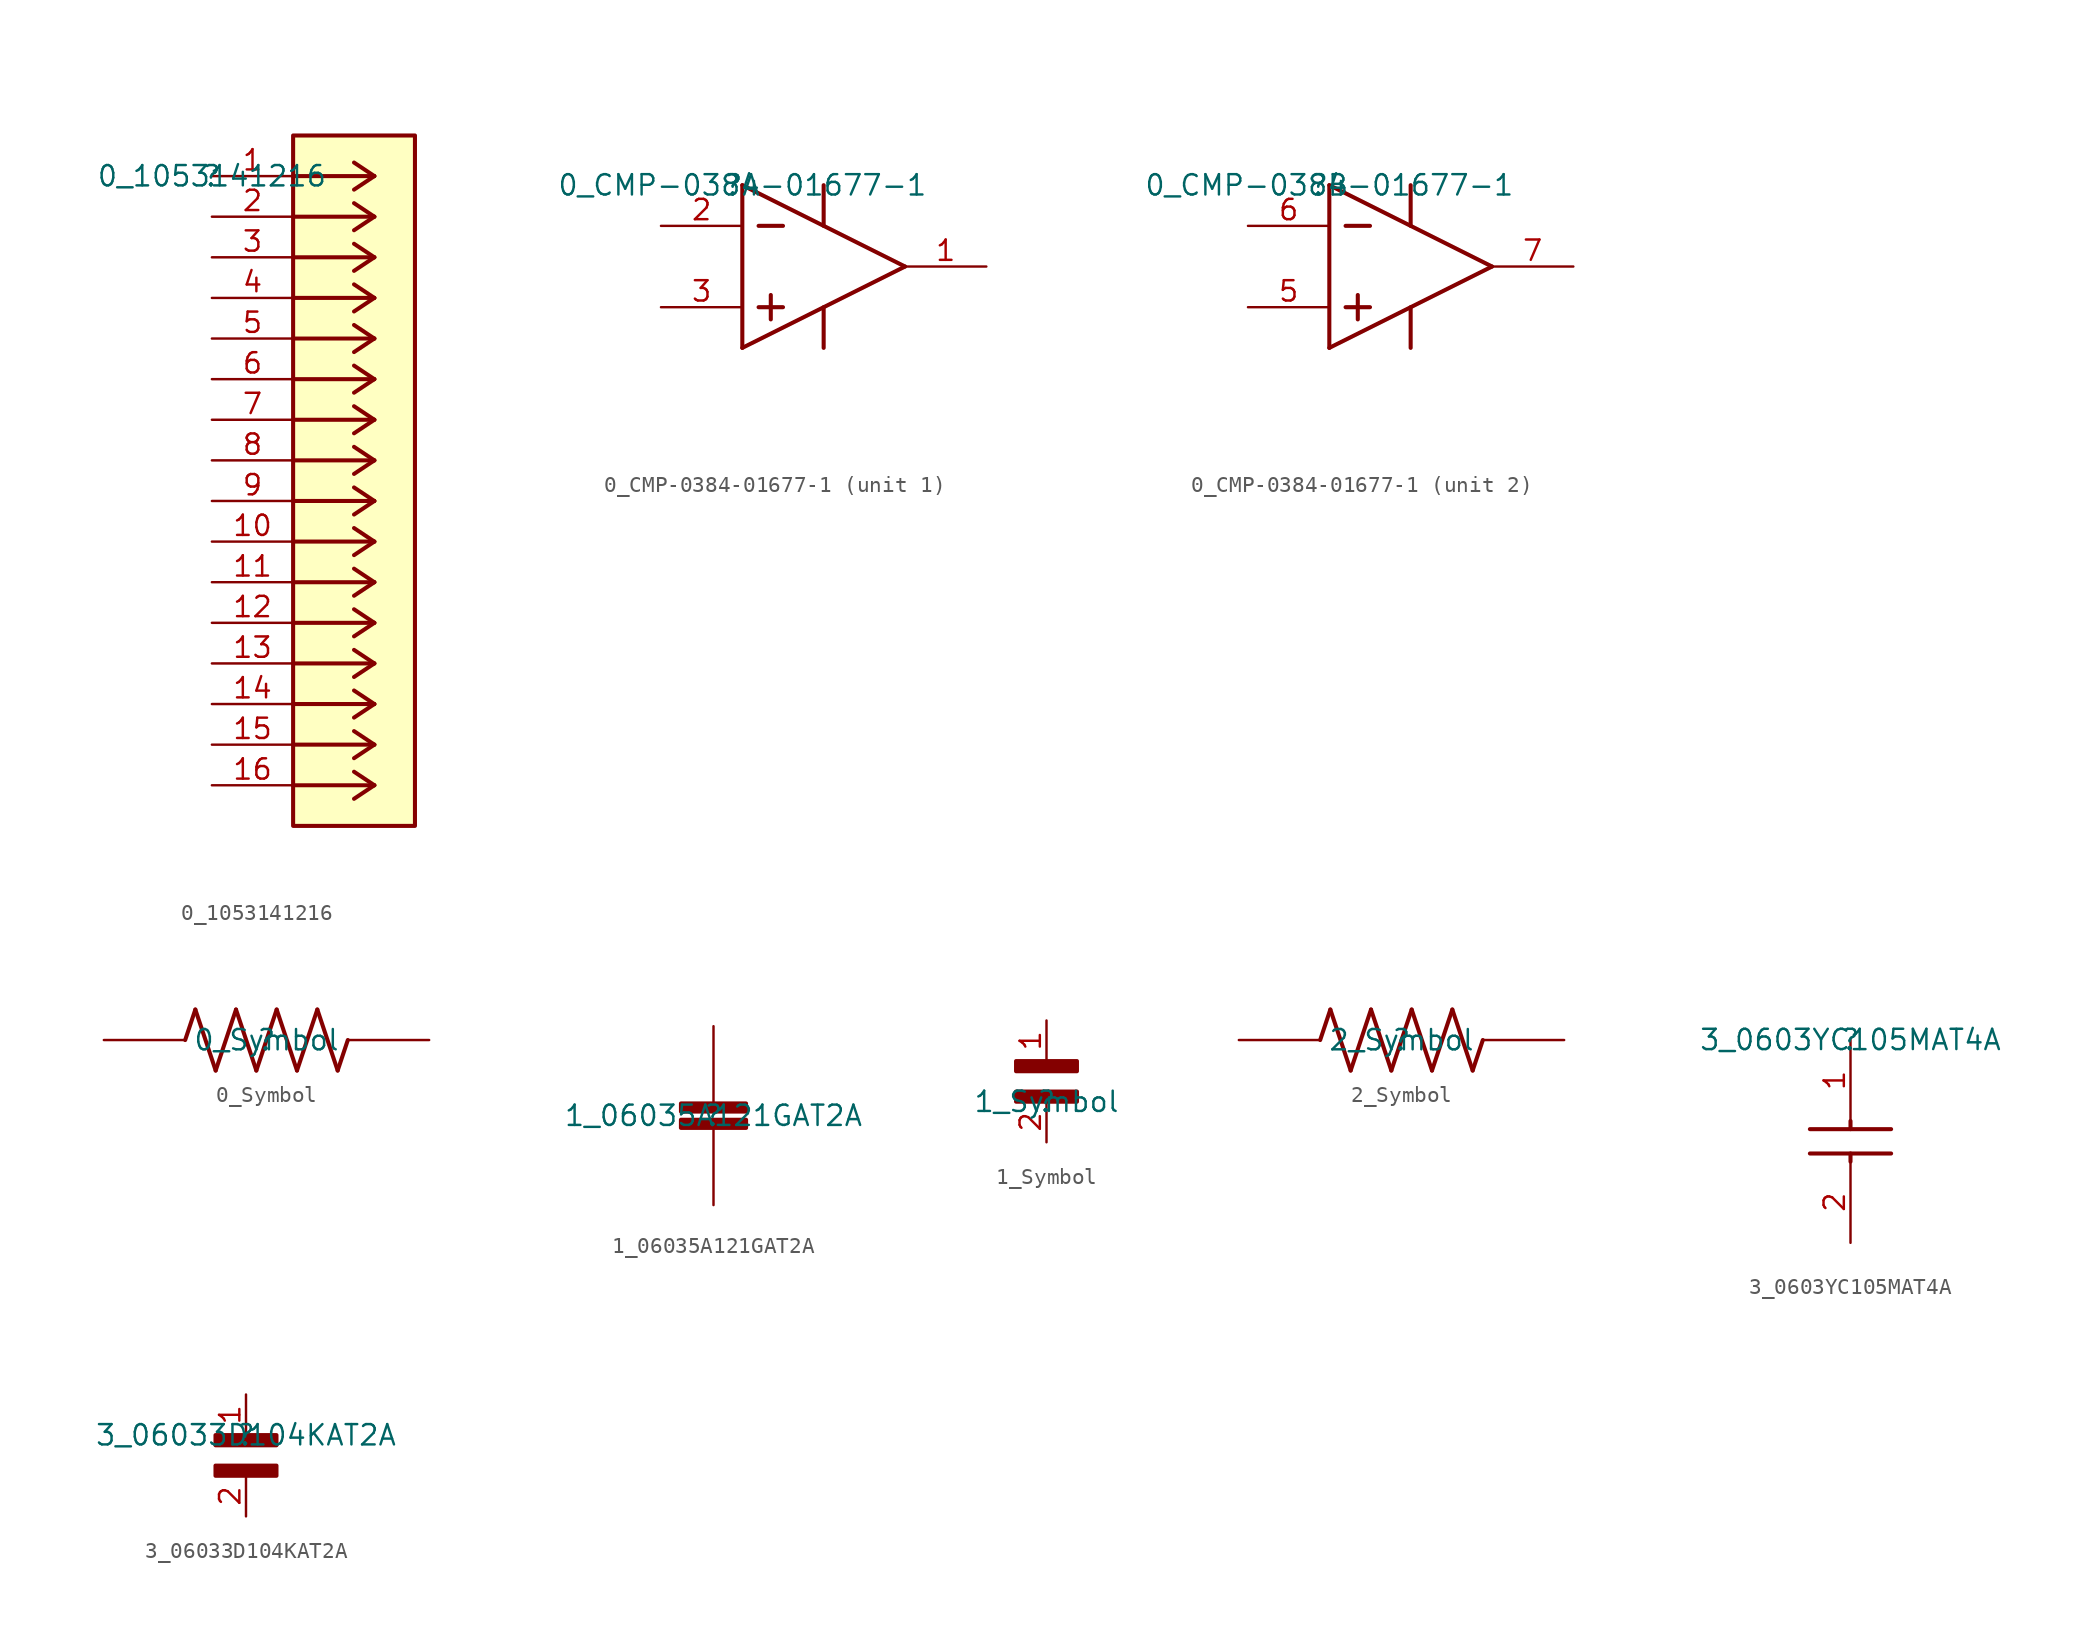
<source format=kicad_sym>
(kicad_symbol_lib
  (version 20211014)
  (generator kicad_symbol_editor)
  (symbol "0_1053141216"
    (property "Reference" ""
      (at 0 0 0)
      (effects (font (size 1.27 1.27))))
    (property "Value" "0_1053141216"
      (at 0 0 0)
      (effects (font (size 1.27 1.27))))
    (symbol "0_1053141216_1_0"
      (polyline (pts (xy 10.16 -38.1) (xy 5.08 -38.1)) (stroke (width 0.254) (type default) (color 0 0 0 0)) (fill (type none)))
      (polyline (pts (xy 10.16 -38.1) (xy 8.89 -38.947)) (stroke (width 0.254) (type default) (color 0 0 0 0)) (fill (type none)))
      (polyline (pts (xy 10.16 -38.1) (xy 8.89 -37.253)) (stroke (width 0.254) (type default) (color 0 0 0 0)) (fill (type none)))
      (polyline (pts (xy 10.16 -35.56) (xy 5.08 -35.56)) (stroke (width 0.254) (type default) (color 0 0 0 0)) (fill (type none)))
      (polyline (pts (xy 10.16 -35.56) (xy 8.89 -36.407)) (stroke (width 0.254) (type default) (color 0 0 0 0)) (fill (type none)))
      (polyline (pts (xy 10.16 -35.56) (xy 8.89 -34.713)) (stroke (width 0.254) (type default) (color 0 0 0 0)) (fill (type none)))
      (polyline (pts (xy 10.16 -33.02) (xy 5.08 -33.02)) (stroke (width 0.254) (type default) (color 0 0 0 0)) (fill (type none)))
      (polyline (pts (xy 10.16 -33.02) (xy 8.89 -33.867)) (stroke (width 0.254) (type default) (color 0 0 0 0)) (fill (type none)))
      (polyline (pts (xy 10.16 -33.02) (xy 8.89 -32.173)) (stroke (width 0.254) (type default) (color 0 0 0 0)) (fill (type none)))
      (polyline (pts (xy 10.16 -30.48) (xy 5.08 -30.48)) (stroke (width 0.254) (type default) (color 0 0 0 0)) (fill (type none)))
      (polyline (pts (xy 10.16 -30.48) (xy 8.89 -31.327)) (stroke (width 0.254) (type default) (color 0 0 0 0)) (fill (type none)))
      (polyline (pts (xy 10.16 -30.48) (xy 8.89 -29.633)) (stroke (width 0.254) (type default) (color 0 0 0 0)) (fill (type none)))
      (polyline (pts (xy 10.16 -27.94) (xy 5.08 -27.94)) (stroke (width 0.254) (type default) (color 0 0 0 0)) (fill (type none)))
      (polyline (pts (xy 10.16 -27.94) (xy 8.89 -28.787)) (stroke (width 0.254) (type default) (color 0 0 0 0)) (fill (type none)))
      (polyline (pts (xy 10.16 -27.94) (xy 8.89 -27.093)) (stroke (width 0.254) (type default) (color 0 0 0 0)) (fill (type none)))
      (polyline (pts (xy 10.16 -25.4) (xy 5.08 -25.4)) (stroke (width 0.254) (type default) (color 0 0 0 0)) (fill (type none)))
      (polyline (pts (xy 10.16 -25.4) (xy 8.89 -26.247)) (stroke (width 0.254) (type default) (color 0 0 0 0)) (fill (type none)))
      (polyline (pts (xy 10.16 -25.4) (xy 8.89 -24.553)) (stroke (width 0.254) (type default) (color 0 0 0 0)) (fill (type none)))
      (polyline (pts (xy 10.16 -22.86) (xy 5.08 -22.86)) (stroke (width 0.254) (type default) (color 0 0 0 0)) (fill (type none)))
      (polyline (pts (xy 10.16 -22.86) (xy 8.89 -23.707)) (stroke (width 0.254) (type default) (color 0 0 0 0)) (fill (type none)))
      (polyline (pts (xy 10.16 -22.86) (xy 8.89 -22.013)) (stroke (width 0.254) (type default) (color 0 0 0 0)) (fill (type none)))
      (polyline (pts (xy 10.16 -20.32) (xy 5.08 -20.32)) (stroke (width 0.254) (type default) (color 0 0 0 0)) (fill (type none)))
      (polyline (pts (xy 10.16 -20.32) (xy 8.89 -21.167)) (stroke (width 0.254) (type default) (color 0 0 0 0)) (fill (type none)))
      (polyline (pts (xy 10.16 -20.32) (xy 8.89 -19.473)) (stroke (width 0.254) (type default) (color 0 0 0 0)) (fill (type none)))
      (polyline (pts (xy 10.16 -17.78) (xy 5.08 -17.78)) (stroke (width 0.254) (type default) (color 0 0 0 0)) (fill (type none)))
      (polyline (pts (xy 10.16 -17.78) (xy 8.89 -18.627)) (stroke (width 0.254) (type default) (color 0 0 0 0)) (fill (type none)))
      (polyline (pts (xy 10.16 -17.78) (xy 8.89 -16.933)) (stroke (width 0.254) (type default) (color 0 0 0 0)) (fill (type none)))
      (polyline (pts (xy 10.16 -15.24) (xy 5.08 -15.24)) (stroke (width 0.254) (type default) (color 0 0 0 0)) (fill (type none)))
      (polyline (pts (xy 10.16 -15.24) (xy 8.89 -16.087)) (stroke (width 0.254) (type default) (color 0 0 0 0)) (fill (type none)))
      (polyline (pts (xy 10.16 -15.24) (xy 8.89 -14.393)) (stroke (width 0.254) (type default) (color 0 0 0 0)) (fill (type none)))
      (polyline (pts (xy 10.16 -12.7) (xy 5.08 -12.7)) (stroke (width 0.254) (type default) (color 0 0 0 0)) (fill (type none)))
      (polyline (pts (xy 10.16 -12.7) (xy 8.89 -13.547)) (stroke (width 0.254) (type default) (color 0 0 0 0)) (fill (type none)))
      (polyline (pts (xy 10.16 -12.7) (xy 8.89 -11.853)) (stroke (width 0.254) (type default) (color 0 0 0 0)) (fill (type none)))
      (polyline (pts (xy 10.16 -10.16) (xy 5.08 -10.16)) (stroke (width 0.254) (type default) (color 0 0 0 0)) (fill (type none)))
      (polyline (pts (xy 10.16 -10.16) (xy 8.89 -11.007)) (stroke (width 0.254) (type default) (color 0 0 0 0)) (fill (type none)))
      (polyline (pts (xy 10.16 -10.16) (xy 8.89 -9.313)) (stroke (width 0.254) (type default) (color 0 0 0 0)) (fill (type none)))
      (polyline (pts (xy 10.16 -7.62) (xy 5.08 -7.62)) (stroke (width 0.254) (type default) (color 0 0 0 0)) (fill (type none)))
      (polyline (pts (xy 10.16 -7.62) (xy 8.89 -8.467)) (stroke (width 0.254) (type default) (color 0 0 0 0)) (fill (type none)))
      (polyline (pts (xy 10.16 -7.62) (xy 8.89 -6.773)) (stroke (width 0.254) (type default) (color 0 0 0 0)) (fill (type none)))
      (polyline (pts (xy 10.16 -5.08) (xy 5.08 -5.08)) (stroke (width 0.254) (type default) (color 0 0 0 0)) (fill (type none)))
      (polyline (pts (xy 10.16 -5.08) (xy 8.89 -5.927)) (stroke (width 0.254) (type default) (color 0 0 0 0)) (fill (type none)))
      (polyline (pts (xy 10.16 -5.08) (xy 8.89 -4.233)) (stroke (width 0.254) (type default) (color 0 0 0 0)) (fill (type none)))
      (polyline (pts (xy 10.16 -2.54) (xy 5.08 -2.54)) (stroke (width 0.254) (type default) (color 0 0 0 0)) (fill (type none)))
      (polyline (pts (xy 10.16 -2.54) (xy 8.89 -3.387)) (stroke (width 0.254) (type default) (color 0 0 0 0)) (fill (type none)))
      (polyline (pts (xy 10.16 -2.54) (xy 8.89 -1.693)) (stroke (width 0.254) (type default) (color 0 0 0 0)) (fill (type none)))
      (polyline (pts (xy 10.16 0) (xy 5.08 0)) (stroke (width 0.254) (type default) (color 0 0 0 0)) (fill (type none)))
      (polyline (pts (xy 10.16 0) (xy 8.89 -0.847)) (stroke (width 0.254) (type default) (color 0 0 0 0)) (fill (type none)))
      (polyline (pts (xy 10.16 0) (xy 8.89 0.847)) (stroke (width 0.254) (type default) (color 0 0 0 0)) (fill (type none)))
      (rectangle (start 12.7 2.54) (end 5.08 -40.64) (stroke (width 0.254) (type default) (color 0 0 0 0)) (fill (type background)))
      (pin passive line (at 0 0 0) (length 5.08) (name "1" (effects (font (size 0 0)))) (number "1" (effects (font (size 1.27 1.27)))))
      (pin passive line (at 0 -22.86 0) (length 5.08) (name "10" (effects (font (size 0 0)))) (number "10" (effects (font (size 1.27 1.27)))))
      (pin passive line (at 0 -25.4 0) (length 5.08) (name "11" (effects (font (size 0 0)))) (number "11" (effects (font (size 1.27 1.27)))))
      (pin passive line (at 0 -27.94 0) (length 5.08) (name "12" (effects (font (size 0 0)))) (number "12" (effects (font (size 1.27 1.27)))))
      (pin passive line (at 0 -30.48 0) (length 5.08) (name "13" (effects (font (size 0 0)))) (number "13" (effects (font (size 1.27 1.27)))))
      (pin passive line (at 0 -33.02 0) (length 5.08) (name "14" (effects (font (size 0 0)))) (number "14" (effects (font (size 1.27 1.27)))))
      (pin passive line (at 0 -35.56 0) (length 5.08) (name "15" (effects (font (size 0 0)))) (number "15" (effects (font (size 1.27 1.27)))))
      (pin passive line (at 0 -38.1 0) (length 5.08) (name "16" (effects (font (size 0 0)))) (number "16" (effects (font (size 1.27 1.27)))))
      (pin passive line (at 0 -2.54 0) (length 5.08) (name "2" (effects (font (size 0 0)))) (number "2" (effects (font (size 1.27 1.27)))))
      (pin passive line (at 0 -5.08 0) (length 5.08) (name "3" (effects (font (size 0 0)))) (number "3" (effects (font (size 1.27 1.27)))))
      (pin passive line (at 0 -7.62 0) (length 5.08) (name "4" (effects (font (size 0 0)))) (number "4" (effects (font (size 1.27 1.27)))))
      (pin passive line (at 0 -10.16 0) (length 5.08) (name "5" (effects (font (size 0 0)))) (number "5" (effects (font (size 1.27 1.27)))))
      (pin passive line (at 0 -12.7 0) (length 5.08) (name "6" (effects (font (size 0 0)))) (number "6" (effects (font (size 1.27 1.27)))))
      (pin passive line (at 0 -15.24 0) (length 5.08) (name "7" (effects (font (size 0 0)))) (number "7" (effects (font (size 1.27 1.27)))))
      (pin passive line (at 0 -17.78 0) (length 5.08) (name "8" (effects (font (size 0 0)))) (number "8" (effects (font (size 1.27 1.27)))))
      (pin passive line (at 0 -20.32 0) (length 5.08) (name "9" (effects (font (size 0 0)))) (number "9" (effects (font (size 1.27 1.27)))))))
  (symbol "0_CMP-0384-01677-1"
    (property "Reference" ""
      (at 0 0 0)
      (effects (font (size 1.27 1.27))))
    (property "Value" "0_CMP-0384-01677-1"
      (at 0 0 0)
      (effects (font (size 1.27 1.27))))
    (symbol "0_CMP-0384-01677-1_-1_0"
      (pin power_in line (at 5.08 -15.24 90) (length 5.08) (name "-VS" (effects (font (size 0 0)))) (number "4" (effects (font (size 1.27 1.27)))))
      (pin power_in line (at 5.08 5.08 270) (length 5.08) (name "+VS" (effects (font (size 0 0)))) (number "8" (effects (font (size 1.27 1.27))))))
    (symbol "0_CMP-0384-01677-1_1_0"
      (polyline (pts (xy 0 -10.16) (xy 10.16 -5.08)) (stroke (width 0.254) (type default) (color 0 0 0 0)) (fill (type none)))
      (polyline (pts (xy 0 0) (xy 0 -10.16)) (stroke (width 0.254) (type default) (color 0 0 0 0)) (fill (type none)))
      (polyline (pts (xy 0 0) (xy 10.16 -5.08)) (stroke (width 0.254) (type default) (color 0 0 0 0)) (fill (type none)))
      (polyline (pts (xy 1.016 -7.62) (xy 2.54 -7.62)) (stroke (width 0.254) (type default) (color 0 0 0 0)) (fill (type none)))
      (polyline (pts (xy 1.016 -2.54) (xy 2.54 -2.54)) (stroke (width 0.254) (type default) (color 0 0 0 0)) (fill (type none)))
      (polyline (pts (xy 1.778 -6.858) (xy 1.778 -8.382)) (stroke (width 0.254) (type default) (color 0 0 0 0)) (fill (type none)))
      (polyline (pts (xy 5.08 -7.62) (xy 5.08 -10.16)) (stroke (width 0.254) (type default) (color 0 0 0 0)) (fill (type none)))
      (polyline (pts (xy 5.08 0) (xy 5.08 -2.54)) (stroke (width 0.254) (type default) (color 0 0 0 0)) (fill (type none)))
      (pin output line (at 15.24 -5.08 180) (length 5.08) (name "OUT_1" (effects (font (size 0 0)))) (number "1" (effects (font (size 1.27 1.27)))))
      (pin input line (at -5.08 -2.54 0) (length 5.08) (name "-IN_1" (effects (font (size 0 0)))) (number "2" (effects (font (size 1.27 1.27)))))
      (pin input line (at -5.08 -7.62 0) (length 5.08) (name "+IN_1" (effects (font (size 0 0)))) (number "3" (effects (font (size 1.27 1.27))))))
    (symbol "0_CMP-0384-01677-1_2_0"
      (polyline (pts (xy 0 -10.16) (xy 10.16 -5.08)) (stroke (width 0.254) (type default) (color 0 0 0 0)) (fill (type none)))
      (polyline (pts (xy 0 0) (xy 0 -10.16)) (stroke (width 0.254) (type default) (color 0 0 0 0)) (fill (type none)))
      (polyline (pts (xy 0 0) (xy 10.16 -5.08)) (stroke (width 0.254) (type default) (color 0 0 0 0)) (fill (type none)))
      (polyline (pts (xy 1.016 -7.62) (xy 2.54 -7.62)) (stroke (width 0.254) (type default) (color 0 0 0 0)) (fill (type none)))
      (polyline (pts (xy 1.016 -2.54) (xy 2.54 -2.54)) (stroke (width 0.254) (type default) (color 0 0 0 0)) (fill (type none)))
      (polyline (pts (xy 1.778 -6.858) (xy 1.778 -8.382)) (stroke (width 0.254) (type default) (color 0 0 0 0)) (fill (type none)))
      (polyline (pts (xy 5.08 -7.62) (xy 5.08 -10.16)) (stroke (width 0.254) (type default) (color 0 0 0 0)) (fill (type none)))
      (polyline (pts (xy 5.08 0) (xy 5.08 -2.54)) (stroke (width 0.254) (type default) (color 0 0 0 0)) (fill (type none)))
      (pin input line (at -5.08 -7.62 0) (length 5.08) (name "+IN_2" (effects (font (size 0 0)))) (number "5" (effects (font (size 1.27 1.27)))))
      (pin input line (at -5.08 -2.54 0) (length 5.08) (name "-IN_2" (effects (font (size 0 0)))) (number "6" (effects (font (size 1.27 1.27)))))
      (pin output line (at 15.24 -5.08 180) (length 5.08) (name "OUT_2" (effects (font (size 0 0)))) (number "7" (effects (font (size 1.27 1.27)))))))
  (symbol "0_Symbol"
    (property "Reference" ""
      (at 0 0 0)
      (effects (font (size 1.27 1.27))))
    (property "Value" "0_Symbol"
      (at 0 0 0)
      (effects (font (size 1.27 1.27))))
    (symbol "0_Symbol_1_0"
      (polyline (pts (xy -5.08 0) (xy -4.445 1.905)) (stroke (width 0.254) (type default) (color 0 0 0 0)) (fill (type none)))
      (polyline (pts (xy -4.445 1.905) (xy -3.175 -1.905)) (stroke (width 0.254) (type default) (color 0 0 0 0)) (fill (type none)))
      (polyline (pts (xy -3.175 -1.905) (xy -1.905 1.905)) (stroke (width 0.254) (type default) (color 0 0 0 0)) (fill (type none)))
      (polyline (pts (xy -1.905 1.905) (xy -0.635 -1.905)) (stroke (width 0.254) (type default) (color 0 0 0 0)) (fill (type none)))
      (polyline (pts (xy -0.635 -1.905) (xy 0.635 1.905)) (stroke (width 0.254) (type default) (color 0 0 0 0)) (fill (type none)))
      (polyline (pts (xy 0.635 1.905) (xy 1.905 -1.905)) (stroke (width 0.254) (type default) (color 0 0 0 0)) (fill (type none)))
      (polyline (pts (xy 1.905 -1.905) (xy 3.175 1.905)) (stroke (width 0.254) (type default) (color 0 0 0 0)) (fill (type none)))
      (polyline (pts (xy 3.175 1.905) (xy 4.445 -1.905)) (stroke (width 0.254) (type default) (color 0 0 0 0)) (fill (type none)))
      (polyline (pts (xy 4.445 -1.905) (xy 5.08 0)) (stroke (width 0.254) (type default) (color 0 0 0 0)) (fill (type none)))
      (pin passive line (at -10.16 0 0) (length 5.08) (name "1" (effects (font (size 0 0)))) (number "1" (effects (font (size 0 0)))))
      (pin passive line (at 10.16 0 180) (length 5.08) (name "2" (effects (font (size 0 0)))) (number "2" (effects (font (size 0 0)))))))
  (symbol "1_06035A121GAT2A"
    (property "Reference" ""
      (at 0 0 0)
      (effects (font (size 1.27 1.27))))
    (property "Value" "1_06035A121GAT2A"
      (at 0 0 0)
      (effects (font (size 1.27 1.27))))
    (symbol "1_06035A121GAT2A_1_0"
      (rectangle (start 2.033 0.761) (end -2.033 0.253) (stroke (width 0.254) (type default) (color 0 0 0 0)) (fill (type outline)))
      (rectangle (start 2.035 -0.257) (end -2.035 -0.765) (stroke (width 0.254) (type default) (color 0 0 0 0)) (fill (type outline)))
      (pin passive line (at 0 -5.588 90) (length 5.08) (name "1" (effects (font (size 0 0)))) (number "1" (effects (font (size 0 0)))))
      (pin passive line (at 0 5.588 270) (length 5.08) (name "2" (effects (font (size 0 0)))) (number "2" (effects (font (size 0 0)))))))
  (symbol "1_Symbol"
    (property "Reference" ""
      (at 0 0 0)
      (effects (font (size 1.27 1.27))))
    (property "Value" "1_Symbol"
      (at 0 0 0)
      (effects (font (size 1.27 1.27))))
    (symbol "1_Symbol_1_0"
      (rectangle (start 1.905 0.635) (end -1.905 0) (stroke (width 0.254) (type default) (color 0 0 0 0)) (fill (type outline)))
      (rectangle (start 1.905 2.54) (end -1.905 1.905) (stroke (width 0.254) (type default) (color 0 0 0 0)) (fill (type outline)))
      (pin passive line (at 0 5.08 270) (length 2.54) (name "1" (effects (font (size 0 0)))) (number "1" (effects (font (size 1.27 1.27)))))
      (pin passive line (at 0 -2.54 90) (length 2.54) (name "2" (effects (font (size 0 0)))) (number "2" (effects (font (size 1.27 1.27)))))))
  (symbol "2_Symbol"
    (property "Reference" ""
      (at 0 0 0)
      (effects (font (size 1.27 1.27))))
    (property "Value" "2_Symbol"
      (at 0 0 0)
      (effects (font (size 1.27 1.27))))
    (symbol "2_Symbol_1_0"
      (polyline (pts (xy -4.445 1.905) (xy -5.08 0)) (stroke (width 0.254) (type default) (color 0 0 0 0)) (fill (type none)))
      (polyline (pts (xy -3.175 -1.905) (xy -4.445 1.905)) (stroke (width 0.254) (type default) (color 0 0 0 0)) (fill (type none)))
      (polyline (pts (xy -1.905 1.905) (xy -3.175 -1.905)) (stroke (width 0.254) (type default) (color 0 0 0 0)) (fill (type none)))
      (polyline (pts (xy -0.635 -1.905) (xy -1.905 1.905)) (stroke (width 0.254) (type default) (color 0 0 0 0)) (fill (type none)))
      (polyline (pts (xy 0.635 1.905) (xy -0.635 -1.905)) (stroke (width 0.254) (type default) (color 0 0 0 0)) (fill (type none)))
      (polyline (pts (xy 1.905 -1.905) (xy 0.635 1.905)) (stroke (width 0.254) (type default) (color 0 0 0 0)) (fill (type none)))
      (polyline (pts (xy 3.175 1.905) (xy 1.905 -1.905)) (stroke (width 0.254) (type default) (color 0 0 0 0)) (fill (type none)))
      (polyline (pts (xy 4.445 -1.905) (xy 3.175 1.905)) (stroke (width 0.254) (type default) (color 0 0 0 0)) (fill (type none)))
      (polyline (pts (xy 5.08 0) (xy 4.445 -1.905)) (stroke (width 0.254) (type default) (color 0 0 0 0)) (fill (type none)))
      (pin passive line (at 10.16 0 180) (length 5.08) (name "1" (effects (font (size 0 0)))) (number "1" (effects (font (size 0 0)))))
      (pin passive line (at -10.16 0 0) (length 5.08) (name "2" (effects (font (size 0 0)))) (number "2" (effects (font (size 0 0)))))))
  (symbol "3_0603YC105MAT4A"
    (property "Reference" ""
      (at 0 0 0)
      (effects (font (size 1.27 1.27))))
    (property "Value" "3_0603YC105MAT4A"
      (at 0 0 0)
      (effects (font (size 1.27 1.27))))
    (symbol "3_0603YC105MAT4A_1_0"
      (polyline (pts (xy 0 -7.112) (xy 0 -7.62)) (stroke (width 0.254) (type default) (color 0 0 0 0)) (fill (type none)))
      (polyline (pts (xy 0 -5.08) (xy 0 -5.588)) (stroke (width 0.254) (type default) (color 0 0 0 0)) (fill (type none)))
      (polyline (pts (xy 2.54 -7.112) (xy -2.54 -7.112)) (stroke (width 0.254) (type default) (color 0 0 0 0)) (fill (type none)))
      (polyline (pts (xy 2.54 -5.588) (xy -2.54 -5.588)) (stroke (width 0.254) (type default) (color 0 0 0 0)) (fill (type none)))
      (pin passive line (at 0 0 270) (length 5.08) (name "1" (effects (font (size 0 0)))) (number "1" (effects (font (size 1.27 1.27)))))
      (pin passive line (at 0 -12.7 90) (length 5.08) (name "2" (effects (font (size 0 0)))) (number "2" (effects (font (size 1.27 1.27)))))))
  (symbol "3_06033D104KAT2A"
    (property "Reference" ""
      (at 0 0 0)
      (effects (font (size 1.27 1.27))))
    (property "Value" "3_06033D104KAT2A"
      (at 0 0 0)
      (effects (font (size 1.27 1.27))))
    (symbol "3_06033D104KAT2A_1_0"
      (rectangle (start 1.905 -1.907) (end -1.907 -2.54) (stroke (width 0.254) (type default) (color 0 0 0 0)) (fill (type outline)))
      (rectangle (start 1.905 0) (end -1.907 -0.635) (stroke (width 0.254) (type default) (color 0 0 0 0)) (fill (type outline)))
      (pin passive line (at 0 2.54 270) (length 2.54) (name "1" (effects (font (size 0 0)))) (number "1" (effects (font (size 1.27 1.27)))))
      (pin passive line (at 0 -5.08 90) (length 2.54) (name "2" (effects (font (size 0 0)))) (number "2" (effects (font (size 1.27 1.27))))))))
</source>
